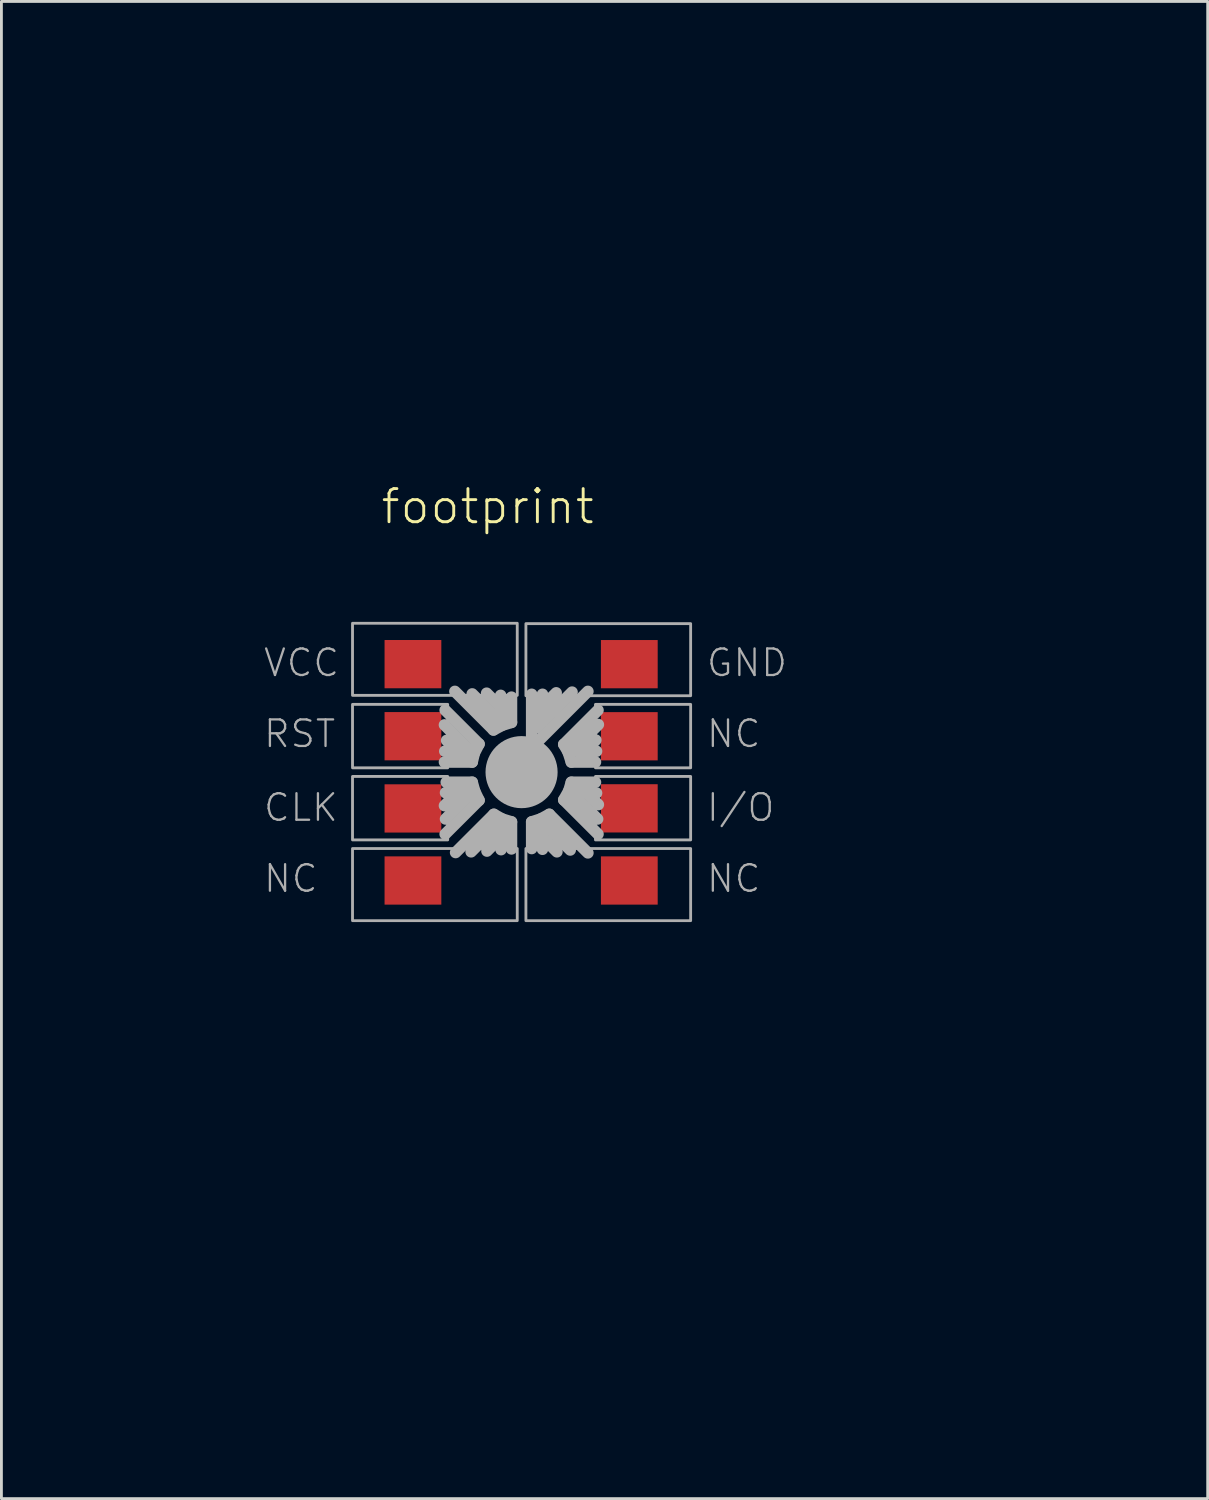
<source format=kicad_pcb>
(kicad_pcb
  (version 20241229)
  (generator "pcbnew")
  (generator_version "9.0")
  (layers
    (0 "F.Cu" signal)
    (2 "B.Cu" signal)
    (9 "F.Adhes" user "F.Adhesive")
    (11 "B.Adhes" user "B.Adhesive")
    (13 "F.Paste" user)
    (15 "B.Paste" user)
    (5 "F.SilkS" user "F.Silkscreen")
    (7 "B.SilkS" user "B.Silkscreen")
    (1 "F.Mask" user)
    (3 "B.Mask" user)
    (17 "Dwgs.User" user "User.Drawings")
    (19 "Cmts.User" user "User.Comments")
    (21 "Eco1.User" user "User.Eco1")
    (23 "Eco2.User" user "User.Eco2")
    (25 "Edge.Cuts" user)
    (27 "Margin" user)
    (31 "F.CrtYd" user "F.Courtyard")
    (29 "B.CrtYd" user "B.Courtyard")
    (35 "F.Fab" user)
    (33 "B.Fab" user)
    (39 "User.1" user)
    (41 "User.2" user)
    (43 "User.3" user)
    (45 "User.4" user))
  (footprint "footprint"
    (layer "F.Cu")
    (at 0.25 0.25)
    (property "Reference" "footprint" (at 10.06 15.23 0) (layer "F.SilkS") (effects (font (size 1.168 1.168) (thickness 0.102)) (justify left bottom)))
    (fp_line (start 0 46.5) (end 0 2.25) (stroke (width 0.0002) (type solid)) (layer "F.SilkS"))
    (fp_line (start 2.25 0) (end 36.25 0) (stroke (width 0.0002) (type solid)) (layer "F.SilkS"))
    (fp_line (start 6.25 17.5) (end 6.25 30.5) (stroke (width 0.0002) (type solid)) (layer "F.SilkS"))
    (fp_line (start 7.25 16.5) (end 30.25 16.5) (stroke (width 0.0002) (type solid)) (layer "F.SilkS"))
    (fp_line (start 7.25 31.5) (end 27.95 31.5) (stroke (width 0.0002) (type solid)) (layer "F.SilkS"))
    (fp_line (start 28.55 31.2) (end 31.05 28.7) (stroke (width 0.0002) (type solid)) (layer "F.SilkS"))
    (fp_line (start 31.25 28.1) (end 31.25 17.5) (stroke (width 0.0002) (type solid)) (layer "F.SilkS"))
    (fp_arc (start 0 2.25) (mid 0.65901 0.65901) (end 2.25 0) (stroke (width 0.0002) (type solid)) (layer "F.SilkS"))
    (fp_arc (start 6.25 17.5) (mid 6.542893 16.792893) (end 7.25 16.5) (stroke (width 0.0002) (type solid)) (layer "F.SilkS"))
    (fp_arc (start 7.25 31.5) (mid 6.542893 31.207107) (end 6.25 30.5) (stroke (width 0.0002) (type solid)) (layer "F.SilkS"))
    (fp_arc (start 28.55 31.2) (mid 28.275694 31.401388) (end 27.95 31.5) (stroke (width 0.0002) (type solid)) (layer "F.SilkS"))
    (fp_arc (start 30.25 16.5) (mid 30.957107 16.792893) (end 31.25 17.5) (stroke (width 0.0002) (type solid)) (layer "F.SilkS"))
    (fp_arc (start 31.25 28.1) (mid 31.198683 28.416228) (end 31.05 28.7) (stroke (width 0.0002) (type solid)) (layer "F.SilkS"))
    (fp_line (start 12.359 25.085) (end 12.689 24.755) (stroke (width 0.406) (type solid)) (layer "F.Fab"))
    (fp_line (start 12.371 23.168) (end 13.171 23.168) (stroke (width 0.406) (type solid)) (layer "F.Fab"))
    (fp_line (start 12.384 21.72) (end 13.578 22.913) (stroke (width 0.406) (type solid)) (layer "F.Fab"))
    (fp_line (start 12.384 26.088) (end 13.578 24.895) (stroke (width 0.406) (type solid)) (layer "F.Fab"))
    (fp_line (start 12.397 24.628) (end 13.121 24.628) (stroke (width 0.406) (type solid)) (layer "F.Fab"))
    (fp_line (start 12.638 22.99) (end 12.435 22.787) (stroke (width 0.406) (type solid)) (layer "F.Fab"))
    (fp_line (start 12.689 24.755) (end 12.689 24.73) (stroke (width 0.406) (type solid)) (layer "F.Fab"))
    (fp_line (start 13.121 24.628) (end 13.222 24.73) (stroke (width 0.406) (type solid)) (layer "F.Fab"))
    (fp_line (start 13.171 23.053) (end 12.359 22.24) (stroke (width 0.406) (type solid)) (layer "F.Fab"))
    (fp_line (start 13.171 23.168) (end 13.171 23.053) (stroke (width 0.406) (type solid)) (layer "F.Fab"))
    (fp_line (start 13.222 24.73) (end 12.397 25.555) (stroke (width 0.406) (type solid)) (layer "F.Fab"))
    (fp_line (start 13.337 23.549) (end 12.359 23.549) (stroke (width 0.406) (type solid)) (layer "F.Fab"))
    (fp_line (start 13.337 24.26) (end 12.422 24.26) (stroke (width 0.406) (type solid)) (layer "F.Fab"))
    (fp_line (start 13.413 23.231) (end 13.337 23.549) (stroke (width 0.406) (type solid)) (layer "F.Fab"))
    (fp_line (start 13.425 24.577) (end 13.337 24.26) (stroke (width 0.406) (type solid)) (layer "F.Fab"))
    (fp_line (start 13.578 22.913) (end 13.413 23.231) (stroke (width 0.406) (type solid)) (layer "F.Fab"))
    (fp_line (start 13.578 24.895) (end 13.425 24.577) (stroke (width 0.406) (type solid)) (layer "F.Fab"))
    (fp_line (start 13.857 26.685) (end 14.251 26.292) (stroke (width 0.406) (type solid)) (layer "F.Fab"))
    (fp_line (start 14.086 22.418) (end 12.727 21.059) (stroke (width 0.406) (type solid)) (layer "F.Fab"))
    (fp_line (start 14.099 25.39) (end 12.752 26.736) (stroke (width 0.406) (type solid)) (layer "F.Fab"))
    (fp_line (start 14.238 21.517) (end 13.845 21.123) (stroke (width 0.406) (type solid)) (layer "F.Fab"))
    (fp_line (start 14.238 22.05) (end 13.337 21.148) (stroke (width 0.406) (type solid)) (layer "F.Fab"))
    (fp_line (start 14.264 25.746) (end 13.299 26.711) (stroke (width 0.406) (type solid)) (layer "F.Fab"))
    (fp_line (start 14.34 21.199) (end 14.34 21.948) (stroke (width 0.406) (type solid)) (layer "F.Fab"))
    (fp_line (start 14.34 21.948) (end 14.238 22.05) (stroke (width 0.406) (type solid)) (layer "F.Fab"))
    (fp_line (start 14.353 25.834) (end 14.264 25.746) (stroke (width 0.406) (type solid)) (layer "F.Fab"))
    (fp_line (start 14.353 26.635) (end 14.353 25.834) (stroke (width 0.406) (type solid)) (layer "F.Fab"))
    (fp_line (start 14.391 22.253) (end 14.086 22.418) (stroke (width 0.406) (type solid)) (layer "F.Fab"))
    (fp_line (start 14.391 25.555) (end 14.099 25.39) (stroke (width 0.406) (type solid)) (layer "F.Fab"))
    (fp_line (start 14.721 21.262) (end 14.721 22.151) (stroke (width 0.406) (type solid)) (layer "F.Fab"))
    (fp_line (start 14.721 22.151) (end 14.391 22.253) (stroke (width 0.406) (type solid)) (layer "F.Fab"))
    (fp_line (start 14.721 25.657) (end 14.391 25.555) (stroke (width 0.406) (type solid)) (layer "F.Fab"))
    (fp_line (start 14.721 26.609) (end 14.721 25.657) (stroke (width 0.406) (type solid)) (layer "F.Fab"))
    (fp_line (start 15.432 21.161) (end 15.432 22.85) (stroke (width 0.406) (type solid)) (layer "F.Fab"))
    (fp_line (start 15.432 22.85) (end 15.623 22.85) (stroke (width 0.406) (type solid)) (layer "F.Fab"))
    (fp_line (start 15.432 25.657) (end 15.75 25.555) (stroke (width 0.406) (type solid)) (layer "F.Fab"))
    (fp_line (start 15.432 26.596) (end 15.432 25.657) (stroke (width 0.406) (type solid)) (layer "F.Fab"))
    (fp_line (start 15.623 22.85) (end 17.413 21.059) (stroke (width 0.406) (type solid)) (layer "F.Fab"))
    (fp_line (start 15.75 25.555) (end 16.054 25.39) (stroke (width 0.406) (type solid)) (layer "F.Fab"))
    (fp_line (start 15.813 21.161) (end 15.813 22.126) (stroke (width 0.406) (type solid)) (layer "F.Fab"))
    (fp_line (start 15.813 22.126) (end 15.597 22.342) (stroke (width 0.406) (type solid)) (layer "F.Fab"))
    (fp_line (start 15.813 22.126) (end 16.855 21.085) (stroke (width 0.406) (type solid)) (layer "F.Fab"))
    (fp_line (start 15.813 25.847) (end 15.902 25.758) (stroke (width 0.406) (type solid)) (layer "F.Fab"))
    (fp_line (start 15.813 26.622) (end 15.813 25.847) (stroke (width 0.406) (type solid)) (layer "F.Fab"))
    (fp_line (start 15.902 25.758) (end 16.791 26.647) (stroke (width 0.406) (type solid)) (layer "F.Fab"))
    (fp_line (start 15.927 21.478) (end 16.296 21.11) (stroke (width 0.406) (type solid)) (layer "F.Fab"))
    (fp_line (start 16.054 25.39) (end 17.413 26.749) (stroke (width 0.406) (type solid)) (layer "F.Fab"))
    (fp_line (start 16.321 26.711) (end 15.915 26.304) (stroke (width 0.406) (type solid)) (layer "F.Fab"))
    (fp_line (start 16.562 22.926) (end 17.769 21.72) (stroke (width 0.406) (type solid)) (layer "F.Fab"))
    (fp_line (start 16.562 24.882) (end 17.769 26.088) (stroke (width 0.406) (type solid)) (layer "F.Fab"))
    (fp_line (start 16.715 23.193) (end 16.562 22.926) (stroke (width 0.406) (type solid)) (layer "F.Fab"))
    (fp_line (start 16.74 24.564) (end 16.562 24.882) (stroke (width 0.406) (type solid)) (layer "F.Fab"))
    (fp_line (start 16.829 23.549) (end 16.715 23.193) (stroke (width 0.406) (type solid)) (layer "F.Fab"))
    (fp_line (start 16.829 24.26) (end 16.74 24.564) (stroke (width 0.406) (type solid)) (layer "F.Fab"))
    (fp_line (start 16.931 24.73) (end 17.756 25.555) (stroke (width 0.406) (type solid)) (layer "F.Fab"))
    (fp_line (start 16.943 23.066) (end 17.782 22.228) (stroke (width 0.406) (type solid)) (layer "F.Fab"))
    (fp_line (start 17.02 24.641) (end 16.931 24.73) (stroke (width 0.406) (type solid)) (layer "F.Fab"))
    (fp_line (start 17.045 23.168) (end 16.943 23.066) (stroke (width 0.406) (type solid)) (layer "F.Fab"))
    (fp_line (start 17.439 23.028) (end 17.693 22.774) (stroke (width 0.406) (type solid)) (layer "F.Fab"))
    (fp_line (start 17.68 23.549) (end 16.829 23.549) (stroke (width 0.406) (type solid)) (layer "F.Fab"))
    (fp_line (start 17.68 24.26) (end 16.829 24.26) (stroke (width 0.406) (type solid)) (layer "F.Fab"))
    (fp_line (start 17.718 23.168) (end 17.045 23.168) (stroke (width 0.406) (type solid)) (layer "F.Fab"))
    (fp_line (start 17.718 24.641) (end 17.02 24.641) (stroke (width 0.406) (type solid)) (layer "F.Fab"))
    (fp_line (start 17.782 25.047) (end 17.489 24.755) (stroke (width 0.406) (type solid)) (layer "F.Fab"))
    (fp_circle (center 15.076 23.904) (end 15.711 23.904) (stroke (width 1.27) (type solid)) (fill no) (layer "F.Fab"))
    (fp_poly (pts (xy 9.12 21.199) (xy 14.924 21.199) (xy 14.924 18.659) (xy 9.12 18.659)) (stroke (width 0.1) (type solid)) (fill no) (layer "F.Fab"))
    (fp_poly (pts (xy 9.12 23.752) (xy 12.473 23.752) (xy 12.473 21.517) (xy 9.12 21.517)) (stroke (width 0.1) (type solid)) (fill no) (layer "F.Fab"))
    (fp_poly (pts (xy 9.12 26.292) (xy 12.473 26.292) (xy 12.473 24.056) (xy 9.12 24.056)) (stroke (width 0.1) (type solid)) (fill no) (layer "F.Fab"))
    (fp_poly (pts (xy 9.12 29.137) (xy 14.924 29.137) (xy 14.924 26.596) (xy 9.12 26.596)) (stroke (width 0.1) (type solid)) (fill no) (layer "F.Fab"))
    (fp_poly (pts (xy 15.229 21.212) (xy 21.033 21.212) (xy 21.033 18.672) (xy 15.229 18.672)) (stroke (width 0.1) (type solid)) (fill no) (layer "F.Fab"))
    (fp_poly (pts (xy 15.229 29.137) (xy 21.033 29.137) (xy 21.033 26.596) (xy 15.229 26.596)) (stroke (width 0.1) (type solid)) (fill no) (layer "F.Fab"))
    (fp_poly (pts (xy 17.68 23.752) (xy 21.033 23.752) (xy 21.033 21.517) (xy 17.68 21.517)) (stroke (width 0.1) (type solid)) (fill no) (layer "F.Fab"))
    (fp_poly (pts (xy 17.68 26.292) (xy 21.033 26.292) (xy 21.033 24.056) (xy 17.68 24.056)) (stroke (width 0.1) (type solid)) (fill no) (layer "F.Fab"))
    (fp_text user "NC " (at 21.539 28.2 0) (layer "F.Fab") (effects (font (size 0.935 0.935) (thickness 0.081)) (justify left bottom)))
    (fp_text user "I/O" (at 21.539 25.7 0) (layer "F.Fab") (effects (font (size 0.935 0.935) (thickness 0.081)) (justify left bottom)))
    (fp_text user "NC  " (at 21.539 23.1 0) (layer "F.Fab") (effects (font (size 0.935 0.935) (thickness 0.081)) (justify left bottom)))
    (fp_text user "GND" (at 21.539 20.6 0) (layer "F.Fab") (effects (font (size 0.935 0.935) (thickness 0.081)) (justify left bottom)))
    (fp_text user "NC" (at 5.934 28.2 0) (layer "F.Fab") (effects (font (size 0.935 0.935) (thickness 0.081)) (justify left bottom)))
    (fp_text user "CLK" (at 5.934 25.7 0) (layer "F.Fab") (effects (font (size 0.935 0.935) (thickness 0.081)) (justify left bottom)))
    (fp_text user "VCC" (at 5.934 20.6 0) (layer "F.Fab") (effects (font (size 0.935 0.935) (thickness 0.081)) (justify left bottom)))
    (fp_text user "RST" (at 5.934 23.1 0) (layer "F.Fab") (effects (font (size 0.935 0.935) (thickness 0.081)) (justify left bottom)))
    (pad "C1" smd rect (at 11.249 20.099) (size 2 1.7) (layers "F.Cu" "F.Mask" "F.Paste"))
    (pad "C2" smd rect (at 11.249 22.638) (size 2 1.7) (layers "F.Cu" "F.Mask" "F.Paste"))
    (pad "C3" smd rect (at 11.249 25.183) (size 2 1.7) (layers "F.Cu" "F.Mask" "F.Paste"))
    (pad "C4" smd rect (at 11.249 27.722) (size 2 1.7) (layers "F.Cu" "F.Mask" "F.Paste"))
    (pad "C5" smd rect (at 18.872 20.1) (size 2 1.7) (layers "F.Cu" "F.Mask" "F.Paste"))
    (pad "C6" smd rect (at 18.872 22.64) (size 2 1.7) (layers "F.Cu" "F.Mask" "F.Paste"))
    (pad "C7" smd rect (at 18.872 25.18) (size 2 1.7) (layers "F.Cu" "F.Mask" "F.Paste"))
    (pad "C8" smd rect (at 18.872 27.722) (size 2 1.7) (layers "F.Cu" "F.Mask" "F.Paste")))
  (gr_rect
    (start -3 -3)
    (end 39.5 49.75)
    (stroke (width 0.1) (type default))
    (fill no)
    (layer "Edge.Cuts")))
</source>
